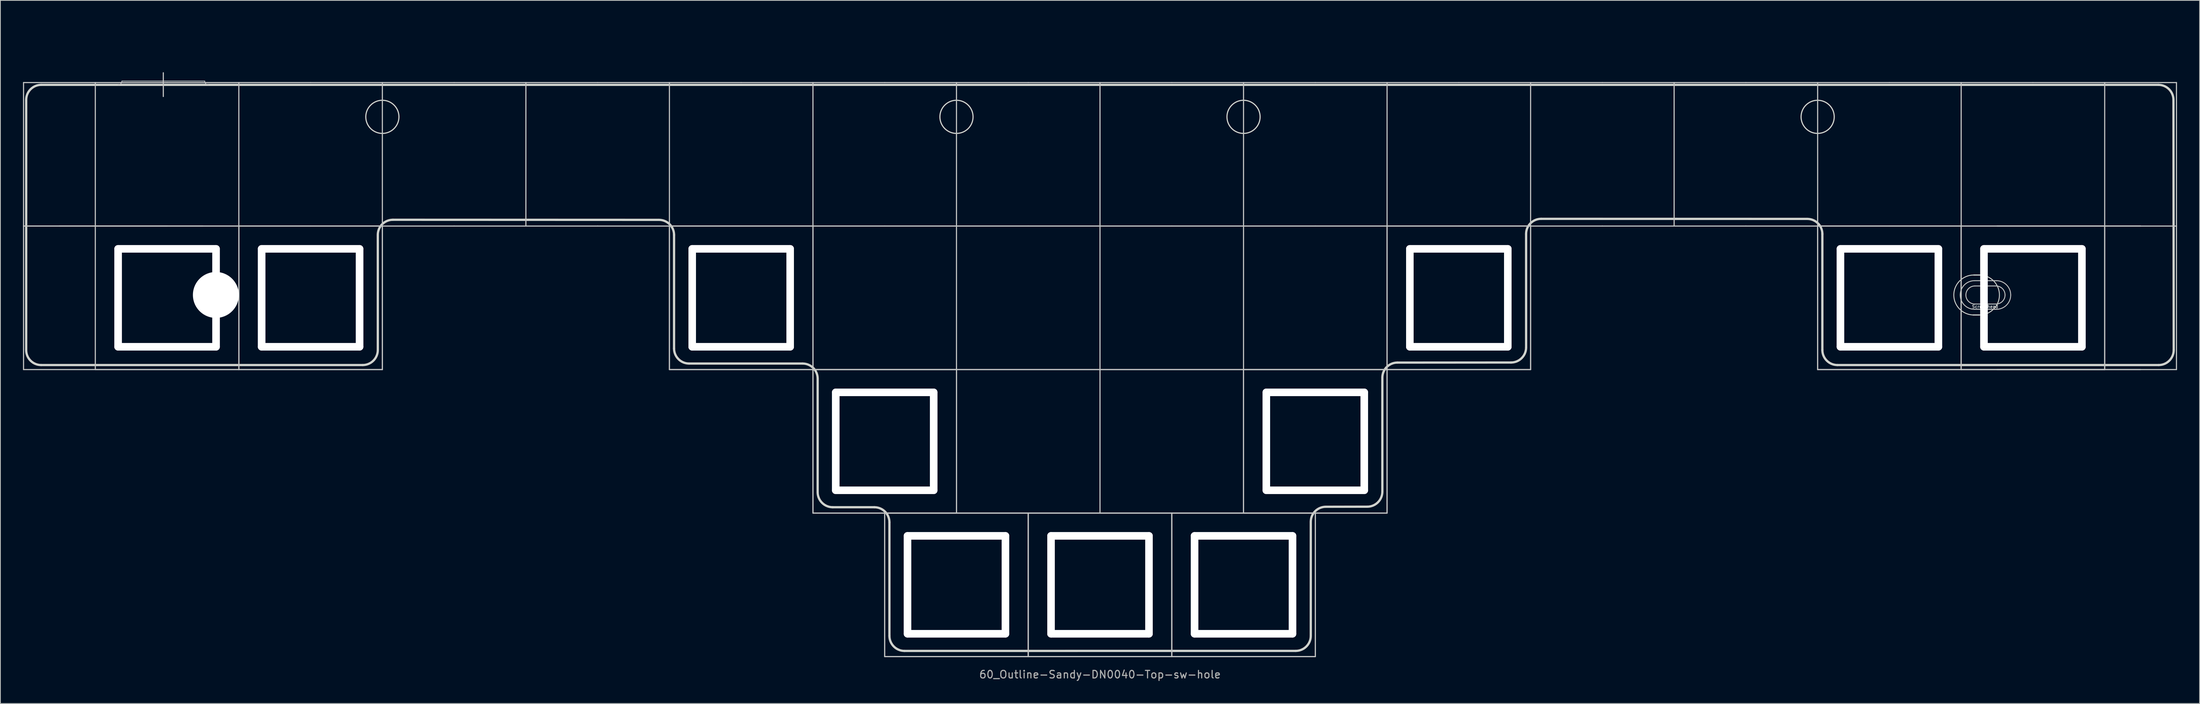
<source format=kicad_pcb>
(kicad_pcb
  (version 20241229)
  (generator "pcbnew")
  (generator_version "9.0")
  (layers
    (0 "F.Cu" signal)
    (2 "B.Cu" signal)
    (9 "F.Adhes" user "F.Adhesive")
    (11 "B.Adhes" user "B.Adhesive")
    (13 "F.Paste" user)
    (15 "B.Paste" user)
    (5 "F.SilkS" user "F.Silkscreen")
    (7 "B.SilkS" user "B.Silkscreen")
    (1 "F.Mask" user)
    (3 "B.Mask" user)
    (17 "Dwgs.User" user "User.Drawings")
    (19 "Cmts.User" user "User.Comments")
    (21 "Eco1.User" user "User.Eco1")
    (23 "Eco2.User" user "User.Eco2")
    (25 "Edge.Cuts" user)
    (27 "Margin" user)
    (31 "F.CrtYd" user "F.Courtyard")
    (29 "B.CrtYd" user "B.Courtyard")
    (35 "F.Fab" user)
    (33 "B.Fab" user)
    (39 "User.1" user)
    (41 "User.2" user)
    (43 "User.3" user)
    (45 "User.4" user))
  (footprint "60_Outline-Sandy-DN0040-Top-sw-hole"
    (layer "F.Cu")
    (at 142.95 46.011)
    (property "Reference" "60_Outline-Sandy-DN0040-Top-sw-hole" (at 0 40.481 0) (layer "F.Fab") (effects (font (size 1 1) (thickness 0.15))))
    (attr through_hole)
    (fp_line (start -142.875 -38.1) (end -123.825 -38.1) (stroke (width 0.15) (type solid)) (layer "Dwgs.User"))
    (fp_line (start -142.875 -19.05) (end -142.875 -38.1) (stroke (width 0.15) (type solid)) (layer "Dwgs.User"))
    (fp_line (start -142.875 -19.05) (end -142.875 0) (stroke (width 0.15) (type solid)) (layer "Dwgs.User"))
    (fp_line (start -142.875 0) (end -114.3 0) (stroke (width 0.15) (type solid)) (layer "Dwgs.User"))
    (fp_line (start -138.113 -19.05) (end -119.062 -19.05) (stroke (width 0.15) (type solid)) (layer "Dwgs.User"))
    (fp_line (start -133.35 -19.05) (end -133.35 -38.1) (stroke (width 0.15) (type solid)) (layer "Dwgs.User"))
    (fp_line (start -133.35 -19.05) (end -114.3 -19.05) (stroke (width 0.15) (type solid)) (layer "Dwgs.User"))
    (fp_line (start -133.35 0) (end -133.35 -19.05) (stroke (width 0.15) (type solid)) (layer "Dwgs.User"))
    (fp_line (start -129.825 -38.3) (end -118.825 -38.3) (stroke (width 0.1) (type solid)) (layer "Dwgs.User"))
    (fp_line (start -124.325 -39.4) (end -124.325 -36.25) (stroke (width 0.15) (type solid)) (layer "Dwgs.User"))
    (fp_line (start -123.825 -38.1) (end -104.775 -38.1) (stroke (width 0.15) (type solid)) (layer "Dwgs.User"))
    (fp_line (start -123.825 -19.05) (end -142.875 -19.05) (stroke (width 0.15) (type solid)) (layer "Dwgs.User"))
    (fp_line (start -123.825 -19.05) (end -142.875 -19.05) (stroke (width 0.15) (type solid)) (layer "Dwgs.User"))
    (fp_line (start -114.3 -38.1) (end -114.3 -19.05) (stroke (width 0.15) (type solid)) (layer "Dwgs.User"))
    (fp_line (start -114.3 -19.05) (end -114.3 0) (stroke (width 0.15) (type solid)) (layer "Dwgs.User"))
    (fp_line (start -114.3 -19.05) (end -95.25 -19.05) (stroke (width 0.15) (type solid)) (layer "Dwgs.User"))
    (fp_line (start -114.3 -19.05) (end -95.25 -19.05) (stroke (width 0.15) (type solid)) (layer "Dwgs.User"))
    (fp_line (start -114.3 0) (end -133.35 0) (stroke (width 0.15) (type solid)) (layer "Dwgs.User"))
    (fp_line (start -114.3 0) (end -114.3 -19.05) (stroke (width 0.15) (type solid)) (layer "Dwgs.User"))
    (fp_line (start -114.3 0) (end -114.3 -19.05) (stroke (width 0.15) (type solid)) (layer "Dwgs.User"))
    (fp_line (start -104.775 -38.1) (end -85.725 -38.1) (stroke (width 0.15) (type solid)) (layer "Dwgs.User"))
    (fp_line (start -104.775 -19.05) (end -123.825 -19.05) (stroke (width 0.15) (type solid)) (layer "Dwgs.User"))
    (fp_line (start -95.25 -19.05) (end -95.25 -38.1) (stroke (width 0.15) (type solid)) (layer "Dwgs.User"))
    (fp_line (start -95.25 -19.05) (end -95.25 0) (stroke (width 0.15) (type solid)) (layer "Dwgs.User"))
    (fp_line (start -95.25 -19.05) (end -95.25 0) (stroke (width 0.15) (type solid)) (layer "Dwgs.User"))
    (fp_line (start -95.25 0) (end -114.3 0) (stroke (width 0.15) (type solid)) (layer "Dwgs.User"))
    (fp_line (start -95.25 0) (end -114.3 0) (stroke (width 0.15) (type solid)) (layer "Dwgs.User"))
    (fp_line (start -85.725 -38.1) (end -66.675 -38.1) (stroke (width 0.15) (type solid)) (layer "Dwgs.User"))
    (fp_line (start -85.725 -19.05) (end -104.775 -19.05) (stroke (width 0.15) (type solid)) (layer "Dwgs.User"))
    (fp_line (start -76.2 -38.1) (end -76.2 -19.05) (stroke (width 0.15) (type solid)) (layer "Dwgs.User"))
    (fp_line (start -66.675 -38.1) (end -47.625 -38.1) (stroke (width 0.15) (type solid)) (layer "Dwgs.User"))
    (fp_line (start -66.675 -19.05) (end -85.725 -19.05) (stroke (width 0.15) (type solid)) (layer "Dwgs.User"))
    (fp_line (start -57.15 -38.1) (end -57.15 -19.05) (stroke (width 0.15) (type solid)) (layer "Dwgs.User"))
    (fp_line (start -57.15 -19.05) (end -38.1 -19.05) (stroke (width 0.15) (type solid)) (layer "Dwgs.User"))
    (fp_line (start -57.15 -19.05) (end -38.1 -19.05) (stroke (width 0.15) (type solid)) (layer "Dwgs.User"))
    (fp_line (start -57.15 0) (end -57.15 -19.05) (stroke (width 0.15) (type solid)) (layer "Dwgs.User"))
    (fp_line (start -57.15 0) (end -57.15 -19.05) (stroke (width 0.15) (type solid)) (layer "Dwgs.User"))
    (fp_line (start -47.625 -38.1) (end -28.575 -38.1) (stroke (width 0.15) (type solid)) (layer "Dwgs.User"))
    (fp_line (start -47.625 -19.05) (end -66.675 -19.05) (stroke (width 0.15) (type solid)) (layer "Dwgs.User"))
    (fp_line (start -38.1 -19.05) (end -38.1 -38.1) (stroke (width 0.15) (type solid)) (layer "Dwgs.User"))
    (fp_line (start -38.1 -19.05) (end -38.1 0) (stroke (width 0.15) (type solid)) (layer "Dwgs.User"))
    (fp_line (start -38.1 -19.05) (end -19.05 -19.05) (stroke (width 0.15) (type solid)) (layer "Dwgs.User"))
    (fp_line (start -38.1 0) (end -57.15 0) (stroke (width 0.15) (type solid)) (layer "Dwgs.User"))
    (fp_line (start -38.1 0) (end -57.15 0) (stroke (width 0.15) (type solid)) (layer "Dwgs.User"))
    (fp_line (start -38.1 0) (end -38.1 -19.05) (stroke (width 0.15) (type solid)) (layer "Dwgs.User"))
    (fp_line (start -38.1 0) (end -19.05 0) (stroke (width 0.15) (type solid)) (layer "Dwgs.User"))
    (fp_line (start -38.1 0) (end -19.05 0) (stroke (width 0.15) (type solid)) (layer "Dwgs.User"))
    (fp_line (start -38.1 19.05) (end -38.1 0) (stroke (width 0.15) (type solid)) (layer "Dwgs.User"))
    (fp_line (start -38.1 19.05) (end -38.1 0) (stroke (width 0.15) (type solid)) (layer "Dwgs.User"))
    (fp_line (start -28.575 -38.1) (end -9.525 -38.1) (stroke (width 0.15) (type solid)) (layer "Dwgs.User"))
    (fp_line (start -28.575 -19.05) (end -47.625 -19.05) (stroke (width 0.15) (type solid)) (layer "Dwgs.User"))
    (fp_line (start -28.575 19.05) (end -9.525 19.05) (stroke (width 0.15) (type solid)) (layer "Dwgs.User"))
    (fp_line (start -28.575 19.05) (end -9.525 19.05) (stroke (width 0.15) (type solid)) (layer "Dwgs.User"))
    (fp_line (start -28.575 38.1) (end -28.575 19.05) (stroke (width 0.15) (type solid)) (layer "Dwgs.User"))
    (fp_line (start -28.575 38.1) (end -28.575 19.05) (stroke (width 0.15) (type solid)) (layer "Dwgs.User"))
    (fp_line (start -19.05 -19.05) (end -19.05 -38.1) (stroke (width 0.15) (type solid)) (layer "Dwgs.User"))
    (fp_line (start -19.05 -19.05) (end -19.05 0) (stroke (width 0.15) (type solid)) (layer "Dwgs.User"))
    (fp_line (start -19.05 -19.05) (end 0 -19.05) (stroke (width 0.15) (type solid)) (layer "Dwgs.User"))
    (fp_line (start -19.05 0) (end -38.1 0) (stroke (width 0.15) (type solid)) (layer "Dwgs.User"))
    (fp_line (start -19.05 0) (end -19.05 19.05) (stroke (width 0.15) (type solid)) (layer "Dwgs.User"))
    (fp_line (start -19.05 0) (end 0 0) (stroke (width 0.15) (type solid)) (layer "Dwgs.User"))
    (fp_line (start -19.05 19.05) (end -38.1 19.05) (stroke (width 0.15) (type solid)) (layer "Dwgs.User"))
    (fp_line (start -19.05 19.05) (end -38.1 19.05) (stroke (width 0.15) (type solid)) (layer "Dwgs.User"))
    (fp_line (start -19.05 19.05) (end -19.05 0) (stroke (width 0.15) (type solid)) (layer "Dwgs.User"))
    (fp_line (start -9.525 -38.1) (end 9.525 -38.1) (stroke (width 0.15) (type solid)) (layer "Dwgs.User"))
    (fp_line (start -9.525 -19.05) (end -28.575 -19.05) (stroke (width 0.15) (type solid)) (layer "Dwgs.User"))
    (fp_line (start -9.525 19.05) (end -9.525 38.1) (stroke (width 0.15) (type solid)) (layer "Dwgs.User"))
    (fp_line (start -9.525 19.05) (end 9.525 19.05) (stroke (width 0.15) (type solid)) (layer "Dwgs.User"))
    (fp_line (start -9.525 19.05) (end 9.525 19.05) (stroke (width 0.15) (type solid)) (layer "Dwgs.User"))
    (fp_line (start -9.525 38.1) (end -28.575 38.1) (stroke (width 0.15) (type solid)) (layer "Dwgs.User"))
    (fp_line (start -9.525 38.1) (end -28.575 38.1) (stroke (width 0.15) (type solid)) (layer "Dwgs.User"))
    (fp_line (start -9.525 38.1) (end -9.525 19.05) (stroke (width 0.15) (type solid)) (layer "Dwgs.User"))
    (fp_line (start -9.525 38.1) (end -9.525 19.05) (stroke (width 0.15) (type solid)) (layer "Dwgs.User"))
    (fp_line (start 0 -19.05) (end 0 -38.1) (stroke (width 0.15) (type solid)) (layer "Dwgs.User"))
    (fp_line (start 0 -19.05) (end 0 0) (stroke (width 0.15) (type solid)) (layer "Dwgs.User"))
    (fp_line (start 0 -19.05) (end 19.05 -19.05) (stroke (width 0.15) (type solid)) (layer "Dwgs.User"))
    (fp_line (start 0 0) (end -19.05 0) (stroke (width 0.15) (type solid)) (layer "Dwgs.User"))
    (fp_line (start 0 0) (end 19.05 0) (stroke (width 0.15) (type solid)) (layer "Dwgs.User"))
    (fp_line (start 0 19.05) (end -19.05 19.05) (stroke (width 0.15) (type solid)) (layer "Dwgs.User"))
    (fp_line (start 0 19.05) (end 0 0) (stroke (width 0.15) (type solid)) (layer "Dwgs.User"))
    (fp_line (start 9.525 -38.1) (end 28.575 -38.1) (stroke (width 0.15) (type solid)) (layer "Dwgs.User"))
    (fp_line (start 9.525 -19.05) (end -9.525 -19.05) (stroke (width 0.15) (type solid)) (layer "Dwgs.User"))
    (fp_line (start 9.525 19.05) (end 9.525 38.1) (stroke (width 0.15) (type solid)) (layer "Dwgs.User"))
    (fp_line (start 9.525 19.05) (end 28.575 19.05) (stroke (width 0.15) (type solid)) (layer "Dwgs.User"))
    (fp_line (start 9.525 19.05) (end 28.575 19.05) (stroke (width 0.15) (type solid)) (layer "Dwgs.User"))
    (fp_line (start 9.525 38.1) (end -9.525 38.1) (stroke (width 0.15) (type solid)) (layer "Dwgs.User"))
    (fp_line (start 9.525 38.1) (end -9.525 38.1) (stroke (width 0.15) (type solid)) (layer "Dwgs.User"))
    (fp_line (start 9.525 38.1) (end 9.525 19.05) (stroke (width 0.15) (type solid)) (layer "Dwgs.User"))
    (fp_line (start 9.525 38.1) (end 9.525 19.05) (stroke (width 0.15) (type solid)) (layer "Dwgs.User"))
    (fp_line (start 19.05 -19.05) (end 19.05 -38.1) (stroke (width 0.15) (type solid)) (layer "Dwgs.User"))
    (fp_line (start 19.05 -19.05) (end 38.1 -19.05) (stroke (width 0.15) (type solid)) (layer "Dwgs.User"))
    (fp_line (start 19.05 0) (end 0 0) (stroke (width 0.15) (type solid)) (layer "Dwgs.User"))
    (fp_line (start 19.05 0) (end 19.05 -19.05) (stroke (width 0.15) (type solid)) (layer "Dwgs.User"))
    (fp_line (start 19.05 0) (end 38.1 0) (stroke (width 0.15) (type solid)) (layer "Dwgs.User"))
    (fp_line (start 19.05 0) (end 38.1 0) (stroke (width 0.15) (type solid)) (layer "Dwgs.User"))
    (fp_line (start 19.05 19.05) (end 0 19.05) (stroke (width 0.15) (type solid)) (layer "Dwgs.User"))
    (fp_line (start 19.05 19.05) (end 19.05 0) (stroke (width 0.15) (type solid)) (layer "Dwgs.User"))
    (fp_line (start 19.05 19.05) (end 19.05 0) (stroke (width 0.15) (type solid)) (layer "Dwgs.User"))
    (fp_line (start 28.575 -38.1) (end 47.625 -38.1) (stroke (width 0.15) (type solid)) (layer "Dwgs.User"))
    (fp_line (start 28.575 -19.05) (end 9.525 -19.05) (stroke (width 0.15) (type solid)) (layer "Dwgs.User"))
    (fp_line (start 28.575 19.05) (end 28.575 38.1) (stroke (width 0.15) (type solid)) (layer "Dwgs.User"))
    (fp_line (start 28.575 19.05) (end 28.575 38.1) (stroke (width 0.15) (type solid)) (layer "Dwgs.User"))
    (fp_line (start 28.575 38.1) (end 9.525 38.1) (stroke (width 0.15) (type solid)) (layer "Dwgs.User"))
    (fp_line (start 28.575 38.1) (end 9.525 38.1) (stroke (width 0.15) (type solid)) (layer "Dwgs.User"))
    (fp_line (start 38.1 -19.05) (end 38.1 -38.1) (stroke (width 0.15) (type solid)) (layer "Dwgs.User"))
    (fp_line (start 38.1 -19.05) (end 38.1 0) (stroke (width 0.15) (type solid)) (layer "Dwgs.User"))
    (fp_line (start 38.1 -19.05) (end 57.15 -19.05) (stroke (width 0.15) (type solid)) (layer "Dwgs.User"))
    (fp_line (start 38.1 -19.05) (end 57.15 -19.05) (stroke (width 0.15) (type solid)) (layer "Dwgs.User"))
    (fp_line (start 38.1 0) (end 19.05 0) (stroke (width 0.15) (type solid)) (layer "Dwgs.User"))
    (fp_line (start 38.1 0) (end 38.1 -19.05) (stroke (width 0.15) (type solid)) (layer "Dwgs.User"))
    (fp_line (start 38.1 0) (end 38.1 19.05) (stroke (width 0.15) (type solid)) (layer "Dwgs.User"))
    (fp_line (start 38.1 0) (end 38.1 19.05) (stroke (width 0.15) (type solid)) (layer "Dwgs.User"))
    (fp_line (start 38.1 19.05) (end 19.05 19.05) (stroke (width 0.15) (type solid)) (layer "Dwgs.User"))
    (fp_line (start 38.1 19.05) (end 19.05 19.05) (stroke (width 0.15) (type solid)) (layer "Dwgs.User"))
    (fp_line (start 47.625 -38.1) (end 66.675 -38.1) (stroke (width 0.15) (type solid)) (layer "Dwgs.User"))
    (fp_line (start 47.625 -19.05) (end 28.575 -19.05) (stroke (width 0.15) (type solid)) (layer "Dwgs.User"))
    (fp_line (start 57.15 -19.05) (end 57.15 -38.1) (stroke (width 0.15) (type solid)) (layer "Dwgs.User"))
    (fp_line (start 57.15 -19.05) (end 57.15 0) (stroke (width 0.15) (type solid)) (layer "Dwgs.User"))
    (fp_line (start 57.15 -19.05) (end 57.15 0) (stroke (width 0.15) (type solid)) (layer "Dwgs.User"))
    (fp_line (start 57.15 0) (end 38.1 0) (stroke (width 0.15) (type solid)) (layer "Dwgs.User"))
    (fp_line (start 57.15 0) (end 38.1 0) (stroke (width 0.15) (type solid)) (layer "Dwgs.User"))
    (fp_line (start 66.675 -38.1) (end 85.725 -38.1) (stroke (width 0.15) (type solid)) (layer "Dwgs.User"))
    (fp_line (start 66.675 -19.05) (end 47.625 -19.05) (stroke (width 0.15) (type solid)) (layer "Dwgs.User"))
    (fp_line (start 76.2 -19.05) (end 76.2 -38.1) (stroke (width 0.15) (type solid)) (layer "Dwgs.User"))
    (fp_line (start 85.725 -38.1) (end 104.775 -38.1) (stroke (width 0.15) (type solid)) (layer "Dwgs.User"))
    (fp_line (start 85.725 -19.05) (end 66.675 -19.05) (stroke (width 0.15) (type solid)) (layer "Dwgs.User"))
    (fp_line (start 95.25 -38.1) (end 95.25 -19.05) (stroke (width 0.15) (type solid)) (layer "Dwgs.User"))
    (fp_line (start 95.25 -19.05) (end 114.3 -19.05) (stroke (width 0.15) (type solid)) (layer "Dwgs.User"))
    (fp_line (start 95.25 -19.05) (end 114.3 -19.05) (stroke (width 0.15) (type solid)) (layer "Dwgs.User"))
    (fp_line (start 95.25 0) (end 95.25 -19.05) (stroke (width 0.15) (type solid)) (layer "Dwgs.User"))
    (fp_line (start 95.25 0) (end 95.25 -19.05) (stroke (width 0.15) (type solid)) (layer "Dwgs.User"))
    (fp_line (start 104.775 -38.1) (end 123.825 -38.1) (stroke (width 0.15) (type solid)) (layer "Dwgs.User"))
    (fp_line (start 104.775 -19.05) (end 85.725 -19.05) (stroke (width 0.15) (type solid)) (layer "Dwgs.User"))
    (fp_line (start 114.3 -38.1) (end 114.3 -19.05) (stroke (width 0.15) (type solid)) (layer "Dwgs.User"))
    (fp_line (start 114.3 -19.05) (end 114.3 0) (stroke (width 0.15) (type solid)) (layer "Dwgs.User"))
    (fp_line (start 114.3 -19.05) (end 114.3 0) (stroke (width 0.15) (type solid)) (layer "Dwgs.User"))
    (fp_line (start 114.3 -19.05) (end 133.35 -19.05) (stroke (width 0.15) (type solid)) (layer "Dwgs.User"))
    (fp_line (start 114.3 0) (end 95.25 0) (stroke (width 0.15) (type solid)) (layer "Dwgs.User"))
    (fp_line (start 114.3 0) (end 95.25 0) (stroke (width 0.15) (type solid)) (layer "Dwgs.User"))
    (fp_line (start 114.3 0) (end 114.3 -19.05) (stroke (width 0.15) (type solid)) (layer "Dwgs.User"))
    (fp_line (start 114.3 0) (end 142.875 0) (stroke (width 0.15) (type solid)) (layer "Dwgs.User"))
    (fp_line (start 116.075 -11.8) (end 118.975 -11.8) (stroke (width 0.12) (type solid)) (layer "Dwgs.User"))
    (fp_line (start 116.075 -8) (end 118.975 -8) (stroke (width 0.12) (type solid)) (layer "Dwgs.User"))
    (fp_line (start 116.123 -11.099) (end 118.923 -11.099) (stroke (width 0.12) (type solid)) (layer "Dwgs.User"))
    (fp_line (start 118.923 -8.699) (end 116.123 -8.699) (stroke (width 0.12) (type solid)) (layer "Dwgs.User"))
    (fp_line (start 119.062 -19.05) (end 138.113 -19.05) (stroke (width 0.15) (type solid)) (layer "Dwgs.User"))
    (fp_line (start 119.062 -19.05) (end 138.113 -19.05) (stroke (width 0.15) (type solid)) (layer "Dwgs.User"))
    (fp_line (start 123.825 -38.1) (end 142.875 -38.1) (stroke (width 0.15) (type solid)) (layer "Dwgs.User"))
    (fp_line (start 123.825 -19.05) (end 104.775 -19.05) (stroke (width 0.15) (type solid)) (layer "Dwgs.User"))
    (fp_line (start 133.35 -38.1) (end 133.35 -19.05) (stroke (width 0.15) (type solid)) (layer "Dwgs.User"))
    (fp_line (start 133.35 -19.05) (end 133.35 0) (stroke (width 0.15) (type solid)) (layer "Dwgs.User"))
    (fp_line (start 133.35 -19.05) (end 133.35 0) (stroke (width 0.15) (type solid)) (layer "Dwgs.User"))
    (fp_line (start 133.35 0) (end 114.3 0) (stroke (width 0.15) (type solid)) (layer "Dwgs.User"))
    (fp_line (start 133.35 0) (end 114.3 0) (stroke (width 0.15) (type solid)) (layer "Dwgs.User"))
    (fp_line (start 138.113 0) (end 119.062 0) (stroke (width 0.15) (type solid)) (layer "Dwgs.User"))
    (fp_line (start 142.875 -38.1) (end 142.875 -19.05) (stroke (width 0.15) (type solid)) (layer "Dwgs.User"))
    (fp_line (start 142.875 -19.05) (end 123.825 -19.05) (stroke (width 0.15) (type solid)) (layer "Dwgs.User"))
    (fp_line (start 142.875 -19.05) (end 142.875 0) (stroke (width 0.15) (type solid)) (layer "Dwgs.User"))
    (fp_arc (start -129.825 -38.30004) (mid -129.971447 -37.946487) (end -130.325 -37.80004) (stroke (width 0.1) (type solid)) (layer "Dwgs.User"))
    (fp_arc (start -118.325 -37.80004) (mid -118.678553 -37.946487) (end -118.825 -38.30004) (stroke (width 0.1) (type solid)) (layer "Dwgs.User"))
    (fp_arc (start 114.175 -9.90004) (mid 114.731494 -11.243549) (end 116.075 -11.80004) (stroke (width 0.12) (type solid)) (layer "Dwgs.User"))
    (fp_arc (start 114.923491 -9.898554) (mid 115.274993 -10.747053) (end 116.123491 -11.098554) (stroke (width 0.12) (type solid)) (layer "Dwgs.User"))
    (fp_arc (start 116.075 -8.00004) (mid 114.731464 -8.556507) (end 114.175 -9.90004) (stroke (width 0.12) (type solid)) (layer "Dwgs.User"))
    (fp_arc (start 116.123491 -8.698554) (mid 115.274999 -9.050059) (end 114.923491 -9.898554) (stroke (width 0.12) (type solid)) (layer "Dwgs.User"))
    (fp_arc (start 118.923491 -11.098554) (mid 119.772056 -10.747115) (end 120.123491 -9.898554) (stroke (width 0.12) (type solid)) (layer "Dwgs.User"))
    (fp_arc (start 118.975 -11.80004) (mid 120.31847 -11.243513) (end 120.875 -9.90004) (stroke (width 0.12) (type solid)) (layer "Dwgs.User"))
    (fp_arc (start 120.123491 -9.898554) (mid 119.772049 -9.049997) (end 118.923491 -8.698554) (stroke (width 0.12) (type solid)) (layer "Dwgs.User"))
    (fp_arc (start 120.875 -9.90004) (mid 120.318499 -8.556544) (end 118.975 -8.00004) (stroke (width 0.12) (type solid)) (layer "Dwgs.User"))
    (fp_circle (center -117.325 -9.9) (end -116.025 -9.9) (stroke (width 0.15) (type solid)) (fill no) (layer "Eco1.User"))
    (fp_circle (center -117.325 -9.9) (end -114.925 -9.9) (stroke (width 0.15) (type solid)) (fill no) (layer "Eco1.User"))
    (fp_line (start -142.525 -2.586) (end -142.525 -35.8) (stroke (width 0.3) (type solid)) (layer "Edge.Cuts"))
    (fp_line (start -140.539 -0.6) (end -97.855 -0.6) (stroke (width 0.3) (type solid)) (layer "Edge.Cuts"))
    (fp_line (start -95.855 -2.6) (end -95.855 -17.886) (stroke (width 0.3) (type solid)) (layer "Edge.Cuts"))
    (fp_line (start -93.855 -19.886) (end -58.535 -19.875) (stroke (width 0.3) (type solid)) (layer "Edge.Cuts"))
    (fp_line (start -56.535 -2.8) (end -56.535 -17.875) (stroke (width 0.3) (type solid)) (layer "Edge.Cuts"))
    (fp_line (start -54.535 -0.8) (end -39.475 -0.8) (stroke (width 0.3) (type solid)) (layer "Edge.Cuts"))
    (fp_line (start -37.475 16.275) (end -37.475 1.2) (stroke (width 0.3) (type solid)) (layer "Edge.Cuts"))
    (fp_line (start -35.475 18.275) (end -29.95 18.275) (stroke (width 0.3) (type solid)) (layer "Edge.Cuts"))
    (fp_line (start -27.95 35.35) (end -27.95 20.275) (stroke (width 0.3) (type solid)) (layer "Edge.Cuts"))
    (fp_line (start -25.95 37.35) (end 25.975 37.346) (stroke (width 0.3) (type solid)) (layer "Edge.Cuts"))
    (fp_line (start 27.975 35.346) (end 27.975 20.214) (stroke (width 0.3) (type solid)) (layer "Edge.Cuts"))
    (fp_line (start 29.975 18.214) (end 35.475 18.204) (stroke (width 0.3) (type solid)) (layer "Edge.Cuts"))
    (fp_line (start 37.475 16.204) (end 37.475 1.073) (stroke (width 0.3) (type solid)) (layer "Edge.Cuts"))
    (fp_line (start 39.475 -0.927) (end 54.555 -0.937) (stroke (width 0.3) (type solid)) (layer "Edge.Cuts"))
    (fp_line (start 56.555 -2.937) (end 56.555 -18.012) (stroke (width 0.3) (type solid)) (layer "Edge.Cuts"))
    (fp_line (start 58.555 -20.012) (end 93.875 -20.002) (stroke (width 0.3) (type solid)) (layer "Edge.Cuts"))
    (fp_line (start 95.875 -2.6) (end 95.875 -18.002) (stroke (width 0.3) (type solid)) (layer "Edge.Cuts"))
    (fp_line (start 115.875 -7.248) (end 116.725 -7.248) (stroke (width 0.15) (type solid)) (layer "Edge.Cuts"))
    (fp_line (start 115.975 -12.55) (end 116.825 -12.55) (stroke (width 0.15) (type solid)) (layer "Edge.Cuts"))
    (fp_line (start 140.475 -37.8) (end -140.525 -37.8) (stroke (width 0.3) (type solid)) (layer "Edge.Cuts"))
    (fp_line (start 140.511 -0.6) (end 97.875 -0.6) (stroke (width 0.3) (type solid)) (layer "Edge.Cuts"))
    (fp_line (start 142.511 -2.6) (end 142.475 -35.8) (stroke (width 0.3) (type solid)) (layer "Edge.Cuts"))
    (fp_arc (start -142.525 -35.80004) (mid -141.939214 -37.214254) (end -140.525 -37.80004) (stroke (width 0.3) (type solid)) (layer "Edge.Cuts"))
    (fp_arc (start -140.539214 -0.60004) (mid -141.943377 -1.181663) (end -142.525 -2.585826) (stroke (width 0.3) (type solid)) (layer "Edge.Cuts"))
    (fp_arc (start -95.855 -17.885826) (mid -95.269214 -19.30004) (end -93.855 -19.885826) (stroke (width 0.3) (type solid)) (layer "Edge.Cuts"))
    (fp_arc (start -95.855 -2.60004) (mid -96.440786 -1.185826) (end -97.855 -0.60004) (stroke (width 0.3) (type solid)) (layer "Edge.Cuts"))
    (fp_arc (start -58.535 -19.87504) (mid -57.120786 -19.289254) (end -56.535 -17.87504) (stroke (width 0.3) (type solid)) (layer "Edge.Cuts"))
    (fp_arc (start -54.535 -0.80004) (mid -55.949214 -1.385826) (end -56.535 -2.80004) (stroke (width 0.3) (type solid)) (layer "Edge.Cuts"))
    (fp_arc (start -39.475 -0.80004) (mid -38.060786 -0.214254) (end -37.475 1.19996) (stroke (width 0.3) (type solid)) (layer "Edge.Cuts"))
    (fp_arc (start -35.475 18.27496) (mid -36.889214 17.689174) (end -37.475 16.27496) (stroke (width 0.3) (type solid)) (layer "Edge.Cuts"))
    (fp_arc (start -29.95 18.27496) (mid -28.535786 18.860746) (end -27.95 20.27496) (stroke (width 0.3) (type solid)) (layer "Edge.Cuts"))
    (fp_arc (start -25.95 37.34996) (mid -27.364214 36.764174) (end -27.95 35.34996) (stroke (width 0.3) (type solid)) (layer "Edge.Cuts"))
    (fp_arc (start 27.975 20.214174) (mid 28.560767 18.79994) (end 29.975 18.214174) (stroke (width 0.3) (type solid)) (layer "Edge.Cuts"))
    (fp_arc (start 27.975 35.345746) (mid 27.389238 36.759986) (end 25.975 37.345746) (stroke (width 0.3) (type solid)) (layer "Edge.Cuts"))
    (fp_arc (start 37.475 1.072602) (mid 38.060783 -0.341616) (end 39.475 -0.927398) (stroke (width 0.3) (type solid)) (layer "Edge.Cuts"))
    (fp_arc (start 37.475 16.204174) (mid 36.889195 17.618371) (end 35.475 18.204174) (stroke (width 0.3) (type solid)) (layer "Edge.Cuts"))
    (fp_arc (start 56.555 -18.012398) (mid 57.140797 -19.426616) (end 58.555 -20.012398) (stroke (width 0.3) (type solid)) (layer "Edge.Cuts"))
    (fp_arc (start 56.555 -2.937398) (mid 55.969224 -1.523189) (end 54.555 -0.937398) (stroke (width 0.3) (type solid)) (layer "Edge.Cuts"))
    (fp_arc (start 93.875 -20.001612) (mid 95.289265 -19.415859) (end 95.875 -18.001612) (stroke (width 0.3) (type solid)) (layer "Edge.Cuts"))
    (fp_arc (start 97.875 -0.60004) (mid 96.460754 -1.185797) (end 95.875 -2.60004) (stroke (width 0.3) (type solid)) (layer "Edge.Cuts"))
    (fp_arc (start 115.875 -7.2485) (mid 113.323585 -9.948509) (end 115.975 -12.550386) (stroke (width 0.12) (type default)) (layer "Edge.Cuts"))
    (fp_arc (start 116.825 -12.55) (mid 119.376416 -9.849991) (end 116.725 -7.248114) (stroke (width 0.12) (type default)) (layer "Edge.Cuts"))
    (fp_arc (start 140.475 -37.80004) (mid 141.889181 -37.214224) (end 142.475 -35.80004) (stroke (width 0.3) (type solid)) (layer "Edge.Cuts"))
    (fp_arc (start 142.510786 -2.60004) (mid 141.925023 -1.185787) (end 140.510786 -0.60004) (stroke (width 0.3) (type solid)) (layer "Edge.Cuts"))
    (fp_circle (center -95.25 -33.55) (end -93.05 -33.55) (stroke (width 0.15) (type solid)) (fill no) (layer "Edge.Cuts"))
    (fp_circle (center -19.05 -33.55) (end -16.85 -33.55) (stroke (width 0.15) (type solid)) (fill no) (layer "Edge.Cuts"))
    (fp_circle (center 19.05 -33.55) (end 21.25 -33.55) (stroke (width 0.15) (type solid)) (fill no) (layer "Edge.Cuts"))
    (fp_circle (center 95.25 -33.55) (end 97.45 -33.55) (stroke (width 0.15) (type solid)) (fill no) (layer "Edge.Cuts"))
    (fp_text user "Screw head" (at 117.475 -8.35 0) (layer "Dwgs.User") (effects (font (size 0.4 0.4) (thickness 0.08))))
    (fp_text user "Screw to Bottom\n↓" (at -20.241 -38.1 0) (unlocked yes) (layer "Eco2.User") (effects (font (size 2 2) (thickness 0.5) (bold yes)) (justify left bottom)))
    (fp_text user "Screw to Bottom\n↓" (at -96.441 -39.291 0) (unlocked yes) (layer "Eco2.User") (effects (font (size 2 2) (thickness 0.5) (bold yes)) (justify left bottom)))
    (fp_text user "Screw to Bottom\n↓" (at 94.059 -38.1 0) (unlocked yes) (layer "Eco2.User") (effects (font (size 2 2) (thickness 0.5) (bold yes)) (justify left bottom)))
    (fp_text user "Screw to Bottom\n↓" (at 17.859 -38.1 0) (unlocked yes) (layer "Eco2.User") (effects (font (size 2 2) (thickness 0.5) (bold yes)) (justify left bottom)))
    (dimension (type aligned) (layer "Eco2.User") (pts (xy 12.125 42.986) (xy 26.125 42.986)) (height 0) (format (prefix "") (suffix "") (units 3) (units_format 1) (precision 4)) (style (thickness 0.12) (arrow_length 1.27) (text_position_mode 0) (arrow_direction outward) (extension_height 0.586) (extension_offset 0.5) (keep_text_aligned yes)) (gr_text "14.0000 mm" (at 19.125 41.836 0) (layer "Eco2.User") (effects (font (size 1 1) (thickness 0.15)))))
    (pad "" np_thru_hole roundrect (at -130.325 -9.525 90) (size 14 1) (drill oval 14 1) (layers "*.Cu" "*.Mask") (roundrect_rratio 0.5))
    (pad "" np_thru_hole roundrect (at -123.825 -16.025) (size 14 1) (drill oval 14 1) (layers "*.Cu" "*.Mask") (roundrect_rratio 0.5))
    (pad "" np_thru_hole roundrect (at -123.825 -3.025) (size 14 1) (drill oval 14 1) (layers "*.Cu" "*.Mask") (roundrect_rratio 0.5))
    (pad "" np_thru_hole circle (at -117.348 -9.906) (size 6.096 6.096) (drill 6.096) (layers "*.Cu" "*.Mask"))
    (pad "" np_thru_hole roundrect (at -117.325 -9.525 90) (size 14 1) (drill oval 14 1) (layers "*.Cu" "*.Mask") (roundrect_rratio 0.5))
    (pad "" np_thru_hole roundrect (at -111.275 -9.525 90) (size 14 1) (drill oval 14 1) (layers "*.Cu" "*.Mask") (roundrect_rratio 0.5))
    (pad "" np_thru_hole roundrect (at -104.775 -16.025) (size 14 1) (drill oval 14 1) (layers "*.Cu" "*.Mask") (roundrect_rratio 0.5))
    (pad "" np_thru_hole roundrect (at -104.775 -3.025) (size 14 1) (drill oval 14 1) (layers "*.Cu" "*.Mask") (roundrect_rratio 0.5))
    (pad "" np_thru_hole roundrect (at -98.275 -9.525 90) (size 14 1) (drill oval 14 1) (layers "*.Cu" "*.Mask") (roundrect_rratio 0.5))
    (pad "" np_thru_hole roundrect (at -54.125 -9.525 90) (size 14 1) (drill oval 14 1) (layers "*.Cu" "*.Mask") (roundrect_rratio 0.5))
    (pad "" np_thru_hole roundrect (at -47.625 -16.025) (size 14 1) (drill oval 14 1) (layers "*.Cu" "*.Mask") (roundrect_rratio 0.5))
    (pad "" np_thru_hole roundrect (at -47.625 -3.025) (size 14 1) (drill oval 14 1) (layers "*.Cu" "*.Mask") (roundrect_rratio 0.5))
    (pad "" np_thru_hole roundrect (at -41.125 -9.525 90) (size 14 1) (drill oval 14 1) (layers "*.Cu" "*.Mask") (roundrect_rratio 0.5))
    (pad "" np_thru_hole roundrect (at -35.075 9.525 90) (size 14 1) (drill oval 14 1) (layers "*.Cu" "*.Mask") (roundrect_rratio 0.5))
    (pad "" np_thru_hole roundrect (at -28.575 3.025) (size 14 1) (drill oval 14 1) (layers "*.Cu" "*.Mask") (roundrect_rratio 0.5))
    (pad "" np_thru_hole roundrect (at -28.575 16.025) (size 14 1) (drill oval 14 1) (layers "*.Cu" "*.Mask") (roundrect_rratio 0.5))
    (pad "" np_thru_hole roundrect (at -25.55 28.575 90) (size 14 1) (drill oval 14 1) (layers "*.Cu" "*.Mask") (roundrect_rratio 0.5))
    (pad "" np_thru_hole roundrect (at -22.075 9.525 90) (size 14 1) (drill oval 14 1) (layers "*.Cu" "*.Mask") (roundrect_rratio 0.5))
    (pad "" np_thru_hole roundrect (at -19.05 22.075) (size 14 1) (drill oval 14 1) (layers "*.Cu" "*.Mask") (roundrect_rratio 0.5))
    (pad "" np_thru_hole roundrect (at -19.05 35.075) (size 14 1) (drill oval 14 1) (layers "*.Cu" "*.Mask") (roundrect_rratio 0.5))
    (pad "" np_thru_hole roundrect (at -12.55 28.575 90) (size 14 1) (drill oval 14 1) (layers "*.Cu" "*.Mask") (roundrect_rratio 0.5))
    (pad "" np_thru_hole roundrect (at -6.5 28.575 90) (size 14 1) (drill oval 14 1) (layers "*.Cu" "*.Mask") (roundrect_rratio 0.5))
    (pad "" np_thru_hole roundrect (at 0 22.075) (size 14 1) (drill oval 14 1) (layers "*.Cu" "*.Mask") (roundrect_rratio 0.5))
    (pad "" np_thru_hole roundrect (at 0 35.075) (size 14 1) (drill oval 14 1) (layers "*.Cu" "*.Mask") (roundrect_rratio 0.5))
    (pad "" np_thru_hole roundrect (at 6.5 28.575 90) (size 14 1) (drill oval 14 1) (layers "*.Cu" "*.Mask") (roundrect_rratio 0.5))
    (pad "" np_thru_hole roundrect (at 12.55 28.575 90) (size 14 1) (drill oval 14 1) (layers "*.Cu" "*.Mask") (roundrect_rratio 0.5))
    (pad "" np_thru_hole roundrect (at 19.05 22.075) (size 14 1) (drill oval 14 1) (layers "*.Cu" "*.Mask") (roundrect_rratio 0.5))
    (pad "" np_thru_hole roundrect (at 19.05 35.075) (size 14 1) (drill oval 14 1) (layers "*.Cu" "*.Mask") (roundrect_rratio 0.5))
    (pad "" np_thru_hole roundrect (at 22.075 9.525 90) (size 14 1) (drill oval 14 1) (layers "*.Cu" "*.Mask") (roundrect_rratio 0.5))
    (pad "" np_thru_hole roundrect (at 25.55 28.575 90) (size 14 1) (drill oval 14 1) (layers "*.Cu" "*.Mask") (roundrect_rratio 0.5))
    (pad "" np_thru_hole roundrect (at 28.575 3.025) (size 14 1) (drill oval 14 1) (layers "*.Cu" "*.Mask") (roundrect_rratio 0.5))
    (pad "" np_thru_hole roundrect (at 28.575 16.025) (size 14 1) (drill oval 14 1) (layers "*.Cu" "*.Mask") (roundrect_rratio 0.5))
    (pad "" np_thru_hole roundrect (at 35.075 9.525 90) (size 14 1) (drill oval 14 1) (layers "*.Cu" "*.Mask") (roundrect_rratio 0.5))
    (pad "" np_thru_hole roundrect (at 41.125 -9.525 90) (size 14 1) (drill oval 14 1) (layers "*.Cu" "*.Mask") (roundrect_rratio 0.5))
    (pad "" np_thru_hole roundrect (at 47.625 -16.025) (size 14 1) (drill oval 14 1) (layers "*.Cu" "*.Mask") (roundrect_rratio 0.5))
    (pad "" np_thru_hole roundrect (at 47.625 -3.025) (size 14 1) (drill oval 14 1) (layers "*.Cu" "*.Mask") (roundrect_rratio 0.5))
    (pad "" np_thru_hole roundrect (at 54.125 -9.525 90) (size 14 1) (drill oval 14 1) (layers "*.Cu" "*.Mask") (roundrect_rratio 0.5))
    (pad "" np_thru_hole roundrect (at 98.275 -9.525 90) (size 14 1) (drill oval 14 1) (layers "*.Cu" "*.Mask") (roundrect_rratio 0.5))
    (pad "" np_thru_hole roundrect (at 104.775 -16.025) (size 14 1) (drill oval 14 1) (layers "*.Cu" "*.Mask") (roundrect_rratio 0.5))
    (pad "" np_thru_hole roundrect (at 104.775 -3.025) (size 14 1) (drill oval 14 1) (layers "*.Cu" "*.Mask") (roundrect_rratio 0.5))
    (pad "" np_thru_hole roundrect (at 111.275 -9.525 90) (size 14 1) (drill oval 14 1) (layers "*.Cu" "*.Mask") (roundrect_rratio 0.5))
    (pad "" np_thru_hole roundrect (at 117.325 -9.525 90) (size 14 1) (drill oval 14 1) (layers "*.Cu" "*.Mask") (roundrect_rratio 0.5))
    (pad "" np_thru_hole roundrect (at 123.825 -16.025) (size 14 1) (drill oval 14 1) (layers "*.Cu" "*.Mask") (roundrect_rratio 0.5))
    (pad "" np_thru_hole roundrect (at 123.825 -3.025) (size 14 1) (drill oval 14 1) (layers "*.Cu" "*.Mask") (roundrect_rratio 0.5))
    (pad "" np_thru_hole roundrect (at 130.325 -9.525 90) (size 14 1) (drill oval 14 1) (layers "*.Cu" "*.Mask") (roundrect_rratio 0.5)))
  (gr_rect
    (start -3 -3)
    (end 288.9 90.34)
    (stroke (width 0.1) (type default))
    (fill no)
    (layer "Edge.Cuts")))
</source>
